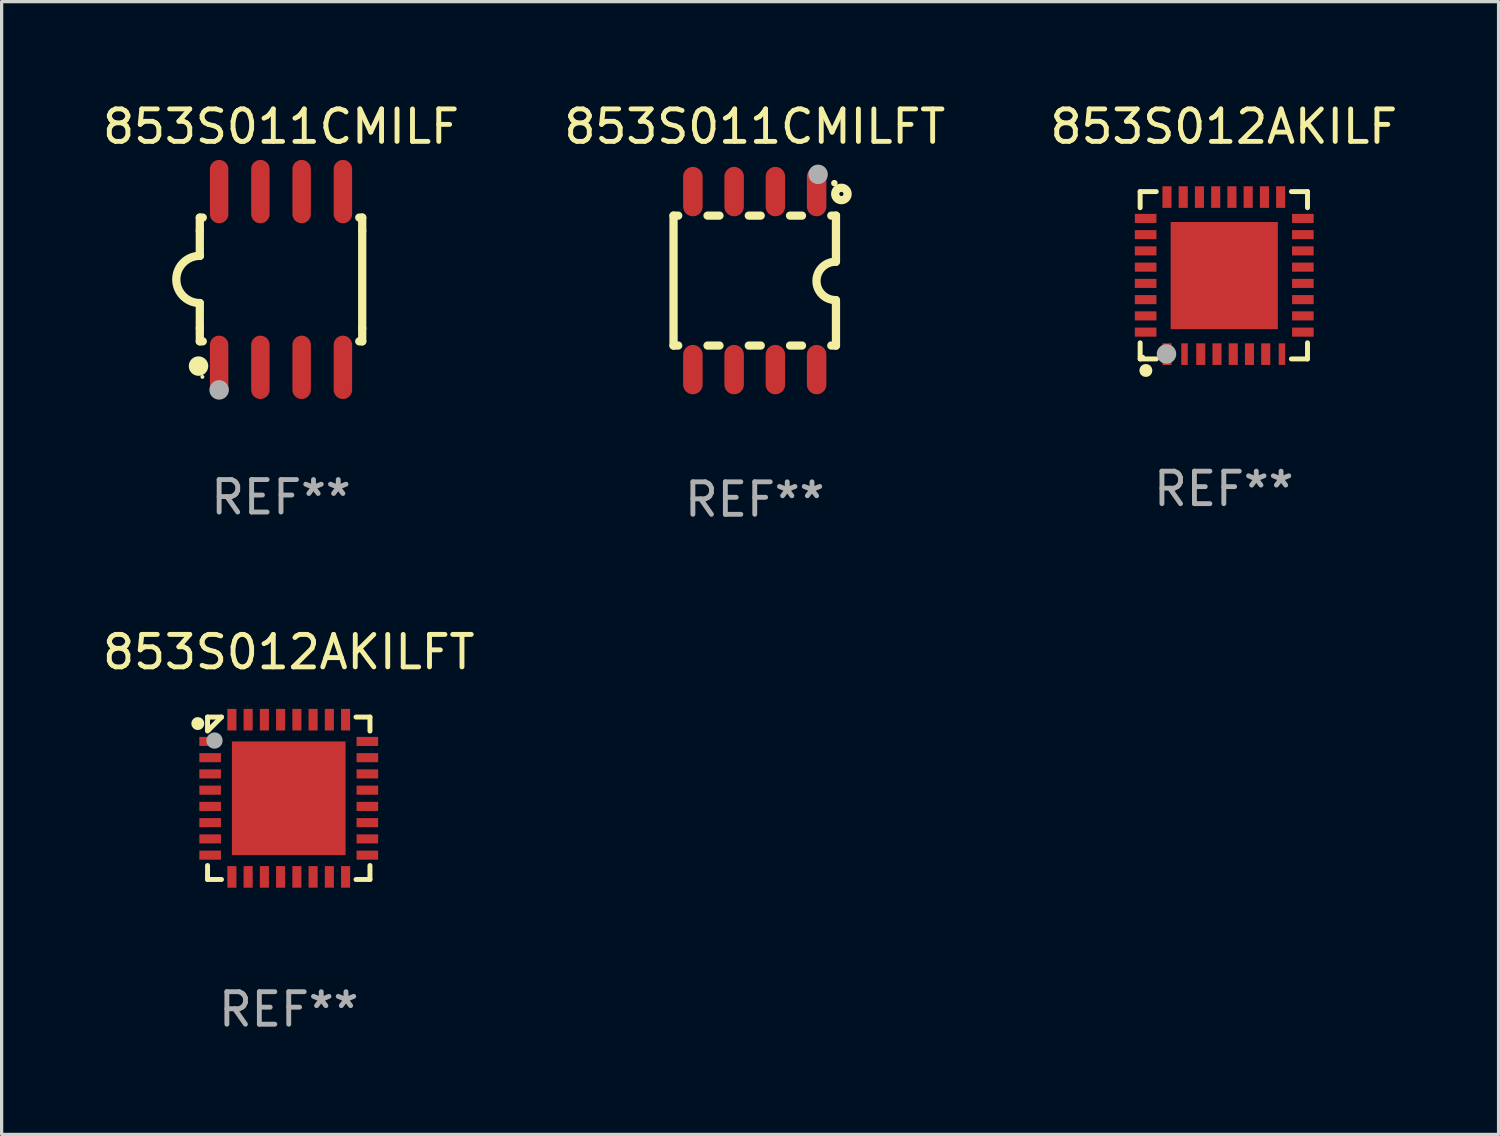
<source format=kicad_pcb>
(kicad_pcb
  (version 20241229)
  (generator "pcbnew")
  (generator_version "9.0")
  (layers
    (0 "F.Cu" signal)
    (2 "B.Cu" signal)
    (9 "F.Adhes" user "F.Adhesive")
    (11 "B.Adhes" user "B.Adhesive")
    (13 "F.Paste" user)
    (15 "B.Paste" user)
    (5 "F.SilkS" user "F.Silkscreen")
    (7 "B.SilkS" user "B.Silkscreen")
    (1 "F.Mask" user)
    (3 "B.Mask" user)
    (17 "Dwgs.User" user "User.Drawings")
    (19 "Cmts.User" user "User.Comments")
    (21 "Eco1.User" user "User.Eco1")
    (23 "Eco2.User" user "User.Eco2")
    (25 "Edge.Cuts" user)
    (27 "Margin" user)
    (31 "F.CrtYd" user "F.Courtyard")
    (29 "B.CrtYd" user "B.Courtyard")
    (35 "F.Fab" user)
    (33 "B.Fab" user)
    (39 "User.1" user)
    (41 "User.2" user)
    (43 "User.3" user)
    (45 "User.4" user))
  (footprint "853S011CMILF"
    (layer "F.Cu")
    (at 5.601 5.553)
    (property "Reference" "853S011CMILF" (at 0 -4.705 0) (layer "F.SilkS") (effects (font (size 1 1) (thickness 0.15))))
    (attr through_hole)
    (fp_line (start -2.5 -1.905) (end -2.409 -1.905) (stroke (width 0.254) (type solid)) (layer "F.SilkS"))
    (fp_line (start -2.5 -1.5) (end -2.5 -1.905) (stroke (width 0.254) (type solid)) (layer "F.SilkS"))
    (fp_line (start -2.5 -1.5) (end -2.5 -0.726) (stroke (width 0.254) (type solid)) (layer "F.SilkS"))
    (fp_line (start -2.5 1.5) (end -2.5 0.727) (stroke (width 0.254) (type solid)) (layer "F.SilkS"))
    (fp_line (start -2.5 1.5) (end -2.5 1.905) (stroke (width 0.254) (type solid)) (layer "F.SilkS"))
    (fp_line (start -2.5 1.905) (end -2.409 1.905) (stroke (width 0.254) (type solid)) (layer "F.SilkS"))
    (fp_line (start 2.5 -1.905) (end 2.409 -1.905) (stroke (width 0.254) (type solid)) (layer "F.SilkS"))
    (fp_line (start 2.5 -1.5) (end 2.5 -1.905) (stroke (width 0.254) (type solid)) (layer "F.SilkS"))
    (fp_line (start 2.5 -1.5) (end 2.5 1.5) (stroke (width 0.254) (type solid)) (layer "F.SilkS"))
    (fp_line (start 2.5 1.5) (end 2.5 1.905) (stroke (width 0.254) (type solid)) (layer "F.SilkS"))
    (fp_line (start 2.5 1.905) (end 2.409 1.905) (stroke (width 0.254) (type solid)) (layer "F.SilkS"))
    (fp_arc (start -2.5 0.726568) (mid -3.220316 -0.0023) (end -2.495097 -0.726289) (stroke (width 0.254001) (type solid)) (layer "F.SilkS"))
    (fp_circle (center -2.54 2.667) (end -2.39 2.667) (stroke (width 0.3) (type solid)) (fill no) (layer "F.SilkS"))
    (fp_circle (center -2.42 3) (end -2.39 3) (stroke (width 0.06) (type solid)) (fill no) (layer "F.SilkS"))
    (fp_circle (center -1.905 3.4) (end -1.755 3.4) (stroke (width 0.3) (type solid)) (fill no) (layer "F.Fab"))
    (fp_text user "REF**" (at 0 6.705 0) (layer "F.Fab") (effects (font (size 1 1) (thickness 0.15))))
    (pad "1" smd oval (at -1.905 2.705) (size 0.568 1.95) (layers "F.Cu" "F.Mask" "F.Paste"))
    (pad "2" smd oval (at -0.635 2.705) (size 0.568 1.95) (layers "F.Cu" "F.Mask" "F.Paste"))
    (pad "3" smd oval (at 0.635 2.705) (size 0.568 1.95) (layers "F.Cu" "F.Mask" "F.Paste"))
    (pad "4" smd oval (at 1.905 2.705) (size 0.568 1.95) (layers "F.Cu" "F.Mask" "F.Paste"))
    (pad "5" smd oval (at 1.905 -2.705) (size 0.568 1.95) (layers "F.Cu" "F.Mask" "F.Paste"))
    (pad "6" smd oval (at 0.635 -2.705) (size 0.568 1.95) (layers "F.Cu" "F.Mask" "F.Paste"))
    (pad "7" smd oval (at -0.635 -2.705) (size 0.568 1.95) (layers "F.Cu" "F.Mask" "F.Paste"))
    (pad "8" smd oval (at -1.905 -2.705) (size 0.568 1.95) (layers "F.Cu" "F.Mask" "F.Paste")))
  (footprint "853S011CMILFT"
    (layer "F.Cu")
    (at 20.185 5.588)
    (property "Reference" "853S011CMILFT" (at 0 -4.74 0) (layer "F.SilkS") (effects (font (size 1 1) (thickness 0.15))))
    (attr through_hole)
    (fp_line (start -2.5 2) (end -2.5 -2) (stroke (width 0.254) (type solid)) (layer "F.SilkS"))
    (fp_line (start -2.356 -2) (end -2.5 -2) (stroke (width 0.254) (type solid)) (layer "F.SilkS"))
    (fp_line (start -2.356 2) (end -2.5 2) (stroke (width 0.254) (type solid)) (layer "F.SilkS"))
    (fp_line (start -1.086 -2) (end -1.454 -2) (stroke (width 0.254) (type solid)) (layer "F.SilkS"))
    (fp_line (start -1.086 2) (end -1.454 2) (stroke (width 0.254) (type solid)) (layer "F.SilkS"))
    (fp_line (start 0.184 -2) (end -0.184 -2) (stroke (width 0.254) (type solid)) (layer "F.SilkS"))
    (fp_line (start 0.184 2) (end -0.184 2) (stroke (width 0.254) (type solid)) (layer "F.SilkS"))
    (fp_line (start 1.454 -2) (end 1.086 -2) (stroke (width 0.254) (type solid)) (layer "F.SilkS"))
    (fp_line (start 1.454 2) (end 1.086 2) (stroke (width 0.254) (type solid)) (layer "F.SilkS"))
    (fp_line (start 2.5 -2) (end 2.356 -2) (stroke (width 0.254) (type solid)) (layer "F.SilkS"))
    (fp_line (start 2.5 -0.58) (end 2.5 -2) (stroke (width 0.254) (type solid)) (layer "F.SilkS"))
    (fp_line (start 2.5 2) (end 2.356 2) (stroke (width 0.254) (type solid)) (layer "F.SilkS"))
    (fp_line (start 2.5 2) (end 2.5 0.6) (stroke (width 0.254) (type solid)) (layer "F.SilkS"))
    (fp_arc (start 2.489992 0.600051) (mid 1.901674 0.010046) (end 2.489992 -0.579959) (stroke (width 0.254001) (type solid)) (layer "F.SilkS"))
    (fp_circle (center 2.45 -3) (end 2.5 -3) (stroke (width 0.1) (type solid)) (fill no) (layer "F.SilkS"))
    (fp_circle (center 2.667 -2.667) (end 2.858 -2.667) (stroke (width 0.254) (type solid)) (fill no) (layer "F.SilkS"))
    (fp_circle (center 1.95 -3.27) (end 2.1 -3.27) (stroke (width 0.3) (type solid)) (fill no) (layer "F.Fab"))
    (fp_text user "REF**" (at 0 6.74 0) (layer "F.Fab") (effects (font (size 1 1) (thickness 0.15))))
    (pad "1" smd oval (at 1.905 -2.74) (size 0.6 1.52) (layers "F.Cu" "F.Mask" "F.Paste"))
    (pad "2" smd oval (at 0.635 -2.74) (size 0.6 1.52) (layers "F.Cu" "F.Mask" "F.Paste"))
    (pad "3" smd oval (at -0.635 -2.74) (size 0.6 1.52) (layers "F.Cu" "F.Mask" "F.Paste"))
    (pad "4" smd oval (at -1.905 -2.74) (size 0.6 1.52) (layers "F.Cu" "F.Mask" "F.Paste"))
    (pad "5" smd oval (at -1.905 2.74) (size 0.6 1.52) (layers "F.Cu" "F.Mask" "F.Paste"))
    (pad "6" smd oval (at -0.635 2.74) (size 0.6 1.52) (layers "F.Cu" "F.Mask" "F.Paste"))
    (pad "7" smd oval (at 0.635 2.74) (size 0.6 1.52) (layers "F.Cu" "F.Mask" "F.Paste"))
    (pad "8" smd oval (at 1.905 2.74) (size 0.6 1.52) (layers "F.Cu" "F.Mask" "F.Paste")))
  (footprint "853S012AKILF"
    (layer "F.Cu")
    (at 34.625 5.424)
    (property "Reference" "853S012AKILF" (at 0 -4.576 0) (layer "F.SilkS") (effects (font (size 1 1) (thickness 0.15))))
    (attr through_hole)
    (fp_line (start -2.576 -2.576) (end -2.576 -2.08) (stroke (width 0.152) (type solid)) (layer "F.SilkS"))
    (fp_line (start -2.576 2.576) (end -2.576 2.08) (stroke (width 0.152) (type solid)) (layer "F.SilkS"))
    (fp_line (start -2.08 -2.576) (end -2.576 -2.576) (stroke (width 0.152) (type solid)) (layer "F.SilkS"))
    (fp_line (start -2.08 2.576) (end -2.576 2.576) (stroke (width 0.152) (type solid)) (layer "F.SilkS"))
    (fp_line (start 2.08 -2.576) (end 2.576 -2.576) (stroke (width 0.152) (type solid)) (layer "F.SilkS"))
    (fp_line (start 2.08 2.576) (end 2.576 2.576) (stroke (width 0.152) (type solid)) (layer "F.SilkS"))
    (fp_line (start 2.576 -2.576) (end 2.576 -2.08) (stroke (width 0.152) (type solid)) (layer "F.SilkS"))
    (fp_line (start 2.576 2.576) (end 2.576 2.08) (stroke (width 0.152) (type solid)) (layer "F.SilkS"))
    (fp_circle (center -2.487 2.51) (end -2.457 2.51) (stroke (width 0.06) (type solid)) (fill no) (layer "F.SilkS"))
    (fp_circle (center -2.4 2.931) (end -2.3 2.931) (stroke (width 0.2) (type solid)) (fill no) (layer "F.SilkS"))
    (fp_circle (center -1.765 2.423) (end -1.615 2.423) (stroke (width 0.3) (type solid)) (fill no) (layer "F.Fab"))
    (fp_text user "REF**" (at 0 6.576 0) (layer "F.Fab") (effects (font (size 1 1) (thickness 0.15))))
    (pad "1" smd rect (at -1.75 2.428) (size 0.28 0.665) (layers "F.Cu" "F.Mask" "F.Paste"))
    (pad "2" smd rect (at -1.21 2.428) (size 0.2 0.665) (layers "F.Cu" "F.Mask" "F.Paste"))
    (pad "3" smd rect (at -0.71 2.428) (size 0.28 0.665) (layers "F.Cu" "F.Mask" "F.Paste"))
    (pad "4" smd rect (at -0.21 2.428) (size 0.28 0.665) (layers "F.Cu" "F.Mask" "F.Paste"))
    (pad "5" smd rect (at 0.29 2.428) (size 0.28 0.665) (layers "F.Cu" "F.Mask" "F.Paste"))
    (pad "6" smd rect (at 0.79 2.428) (size 0.28 0.665) (layers "F.Cu" "F.Mask" "F.Paste"))
    (pad "7" smd rect (at 1.29 2.428) (size 0.28 0.665) (layers "F.Cu" "F.Mask" "F.Paste"))
    (pad "8" smd rect (at 1.79 2.428) (size 0.2 0.665) (layers "F.Cu" "F.Mask" "F.Paste"))
    (pad "9" smd rect (at 2.433 1.75) (size 0.665 0.28) (layers "F.Cu" "F.Mask" "F.Paste"))
    (pad "10" smd rect (at 2.433 1.25) (size 0.665 0.28) (layers "F.Cu" "F.Mask" "F.Paste"))
    (pad "11" smd rect (at 2.433 0.75) (size 0.665 0.28) (layers "F.Cu" "F.Mask" "F.Paste"))
    (pad "12" smd rect (at 2.433 0.25) (size 0.665 0.28) (layers "F.Cu" "F.Mask" "F.Paste"))
    (pad "13" smd rect (at 2.433 -0.25) (size 0.665 0.28) (layers "F.Cu" "F.Mask" "F.Paste"))
    (pad "14" smd rect (at 2.433 -0.75) (size 0.665 0.28) (layers "F.Cu" "F.Mask" "F.Paste"))
    (pad "15" smd rect (at 2.433 -1.25) (size 0.665 0.28) (layers "F.Cu" "F.Mask" "F.Paste"))
    (pad "16" smd rect (at 2.433 -1.75) (size 0.665 0.28) (layers "F.Cu" "F.Mask" "F.Paste"))
    (pad "17" smd rect (at 1.75 -2.407) (size 0.28 0.665) (layers "F.Cu" "F.Mask" "F.Paste"))
    (pad "18" smd rect (at 1.25 -2.407) (size 0.28 0.665) (layers "F.Cu" "F.Mask" "F.Paste"))
    (pad "19" smd rect (at 0.75 -2.407) (size 0.28 0.665) (layers "F.Cu" "F.Mask" "F.Paste"))
    (pad "20" smd rect (at 0.25 -2.407) (size 0.28 0.665) (layers "F.Cu" "F.Mask" "F.Paste"))
    (pad "21" smd rect (at -0.25 -2.407) (size 0.28 0.665) (layers "F.Cu" "F.Mask" "F.Paste"))
    (pad "22" smd rect (at -0.75 -2.407) (size 0.28 0.665) (layers "F.Cu" "F.Mask" "F.Paste"))
    (pad "23" smd rect (at -1.25 -2.407) (size 0.28 0.665) (layers "F.Cu" "F.Mask" "F.Paste"))
    (pad "24" smd rect (at -1.75 -2.407) (size 0.28 0.665) (layers "F.Cu" "F.Mask" "F.Paste"))
    (pad "25" smd rect (at -2.407 -1.75) (size 0.665 0.28) (layers "F.Cu" "F.Mask" "F.Paste"))
    (pad "26" smd rect (at -2.407 -1.25) (size 0.665 0.28) (layers "F.Cu" "F.Mask" "F.Paste"))
    (pad "27" smd rect (at -2.407 -0.75) (size 0.665 0.28) (layers "F.Cu" "F.Mask" "F.Paste"))
    (pad "28" smd rect (at -2.407 -0.25) (size 0.665 0.28) (layers "F.Cu" "F.Mask" "F.Paste"))
    (pad "29" smd rect (at -2.407 0.25) (size 0.665 0.28) (layers "F.Cu" "F.Mask" "F.Paste"))
    (pad "30" smd rect (at -2.407 0.75) (size 0.665 0.28) (layers "F.Cu" "F.Mask" "F.Paste"))
    (pad "31" smd rect (at -2.407 1.25) (size 0.665 0.28) (layers "F.Cu" "F.Mask" "F.Paste"))
    (pad "32" smd rect (at -2.407 1.75) (size 0.665 0.28) (layers "F.Cu" "F.Mask" "F.Paste"))
    (pad "33" smd rect (at 0.013 0.01) (size 3.3 3.3) (layers "F.Cu" "F.Mask" "F.Paste")))
  (footprint "853S012AKILFT"
    (layer "F.Cu")
    (at 5.839 21.525)
    (property "Reference" "853S012AKILFT" (at 0 -4.5 0) (layer "F.SilkS") (effects (font (size 1 1) (thickness 0.15))))
    (attr through_hole)
    (fp_line (start -2.5 -2.5) (end -2.07 -2.5) (stroke (width 0.152) (type solid)) (layer "F.SilkS"))
    (fp_line (start -2.5 -2.11) (end -2.5 -2.5) (stroke (width 0.152) (type solid)) (layer "F.SilkS"))
    (fp_line (start -2.5 -2.11) (end -2.5 -2.07) (stroke (width 0.152) (type solid)) (layer "F.SilkS"))
    (fp_line (start -2.5 -2.11) (end -2.46 -2.11) (stroke (width 0.152) (type solid)) (layer "F.SilkS"))
    (fp_line (start -2.5 2.5) (end -2.5 2.07) (stroke (width 0.152) (type solid)) (layer "F.SilkS"))
    (fp_line (start -2.46 -2.11) (end -2.07 -2.5) (stroke (width 0.152) (type solid)) (layer "F.SilkS"))
    (fp_line (start -2.07 2.5) (end -2.5 2.5) (stroke (width 0.152) (type solid)) (layer "F.SilkS"))
    (fp_line (start 2.07 -2.5) (end 2.5 -2.5) (stroke (width 0.152) (type solid)) (layer "F.SilkS"))
    (fp_line (start 2.5 -2.5) (end 2.5 -2.07) (stroke (width 0.152) (type solid)) (layer "F.SilkS"))
    (fp_line (start 2.5 2.07) (end 2.5 2.5) (stroke (width 0.152) (type solid)) (layer "F.SilkS"))
    (fp_line (start 2.5 2.5) (end 2.07 2.5) (stroke (width 0.152) (type solid)) (layer "F.SilkS"))
    (fp_circle (center -2.8 -2.3) (end -2.7 -2.3) (stroke (width 0.2) (type solid)) (fill no) (layer "F.SilkS"))
    (fp_circle (center -2.5 -2.5) (end -2.47 -2.5) (stroke (width 0.06) (type solid)) (fill no) (layer "F.SilkS"))
    (fp_circle (center -2.286 -1.778) (end -2.161 -1.778) (stroke (width 0.25) (type solid)) (fill no) (layer "F.Fab"))
    (fp_text user "REF**" (at 0 6.5 0) (layer "F.Fab") (effects (font (size 1 1) (thickness 0.15))))
    (pad "1" smd rect (at -2.42 -1.75 270) (size 0.28 0.665) (layers "F.Cu" "F.Mask" "F.Paste"))
    (pad "2" smd rect (at -2.42 -1.25 270) (size 0.28 0.665) (layers "F.Cu" "F.Mask" "F.Paste"))
    (pad "3" smd rect (at -2.42 -0.75 270) (size 0.28 0.665) (layers "F.Cu" "F.Mask" "F.Paste"))
    (pad "4" smd rect (at -2.42 -0.25 270) (size 0.28 0.665) (layers "F.Cu" "F.Mask" "F.Paste"))
    (pad "5" smd rect (at -2.42 0.25 270) (size 0.28 0.665) (layers "F.Cu" "F.Mask" "F.Paste"))
    (pad "6" smd rect (at -2.42 0.75 270) (size 0.28 0.665) (layers "F.Cu" "F.Mask" "F.Paste"))
    (pad "7" smd rect (at -2.42 1.25 270) (size 0.28 0.665) (layers "F.Cu" "F.Mask" "F.Paste"))
    (pad "8" smd rect (at -2.42 1.75 270) (size 0.28 0.665) (layers "F.Cu" "F.Mask" "F.Paste"))
    (pad "9" smd rect (at -1.75 2.42 270) (size 0.665 0.28) (layers "F.Cu" "F.Mask" "F.Paste"))
    (pad "10" smd rect (at -1.25 2.42 270) (size 0.665 0.28) (layers "F.Cu" "F.Mask" "F.Paste"))
    (pad "11" smd rect (at -0.75 2.42 270) (size 0.665 0.28) (layers "F.Cu" "F.Mask" "F.Paste"))
    (pad "12" smd rect (at -0.25 2.42 270) (size 0.665 0.28) (layers "F.Cu" "F.Mask" "F.Paste"))
    (pad "13" smd rect (at 0.25 2.42 270) (size 0.665 0.28) (layers "F.Cu" "F.Mask" "F.Paste"))
    (pad "14" smd rect (at 0.75 2.42 270) (size 0.665 0.28) (layers "F.Cu" "F.Mask" "F.Paste"))
    (pad "15" smd rect (at 1.25 2.42 270) (size 0.665 0.28) (layers "F.Cu" "F.Mask" "F.Paste"))
    (pad "16" smd rect (at 1.75 2.42 270) (size 0.665 0.28) (layers "F.Cu" "F.Mask" "F.Paste"))
    (pad "17" smd rect (at 2.42 1.75 270) (size 0.28 0.665) (layers "F.Cu" "F.Mask" "F.Paste"))
    (pad "18" smd rect (at 2.42 1.25 270) (size 0.28 0.665) (layers "F.Cu" "F.Mask" "F.Paste"))
    (pad "19" smd rect (at 2.42 0.75 270) (size 0.28 0.665) (layers "F.Cu" "F.Mask" "F.Paste"))
    (pad "20" smd rect (at 2.42 0.25 270) (size 0.28 0.665) (layers "F.Cu" "F.Mask" "F.Paste"))
    (pad "21" smd rect (at 2.42 -0.25 270) (size 0.28 0.665) (layers "F.Cu" "F.Mask" "F.Paste"))
    (pad "22" smd rect (at 2.42 -0.75 270) (size 0.28 0.665) (layers "F.Cu" "F.Mask" "F.Paste"))
    (pad "23" smd rect (at 2.42 -1.25 270) (size 0.28 0.665) (layers "F.Cu" "F.Mask" "F.Paste"))
    (pad "24" smd rect (at 2.42 -1.75 270) (size 0.28 0.665) (layers "F.Cu" "F.Mask" "F.Paste"))
    (pad "25" smd rect (at 1.75 -2.42 270) (size 0.665 0.28) (layers "F.Cu" "F.Mask" "F.Paste"))
    (pad "26" smd rect (at 1.25 -2.42 270) (size 0.665 0.28) (layers "F.Cu" "F.Mask" "F.Paste"))
    (pad "27" smd rect (at 0.75 -2.42 270) (size 0.665 0.28) (layers "F.Cu" "F.Mask" "F.Paste"))
    (pad "28" smd rect (at 0.25 -2.42 270) (size 0.665 0.28) (layers "F.Cu" "F.Mask" "F.Paste"))
    (pad "29" smd rect (at -0.25 -2.42 270) (size 0.665 0.28) (layers "F.Cu" "F.Mask" "F.Paste"))
    (pad "30" smd rect (at -0.75 -2.42 270) (size 0.665 0.28) (layers "F.Cu" "F.Mask" "F.Paste"))
    (pad "31" smd rect (at -1.25 -2.42 270) (size 0.665 0.28) (layers "F.Cu" "F.Mask" "F.Paste"))
    (pad "32" smd rect (at -1.75 -2.42 270) (size 0.665 0.28) (layers "F.Cu" "F.Mask" "F.Paste"))
    (pad "33" smd rect (at 0 0 270) (size 3.5 3.5) (layers "F.Cu" "F.Mask" "F.Paste")))
  (gr_rect
    (start -3 -3)
    (end 43.083 31.873)
    (stroke (width 0.1) (type default))
    (fill no)
    (layer "Edge.Cuts")))
</source>
